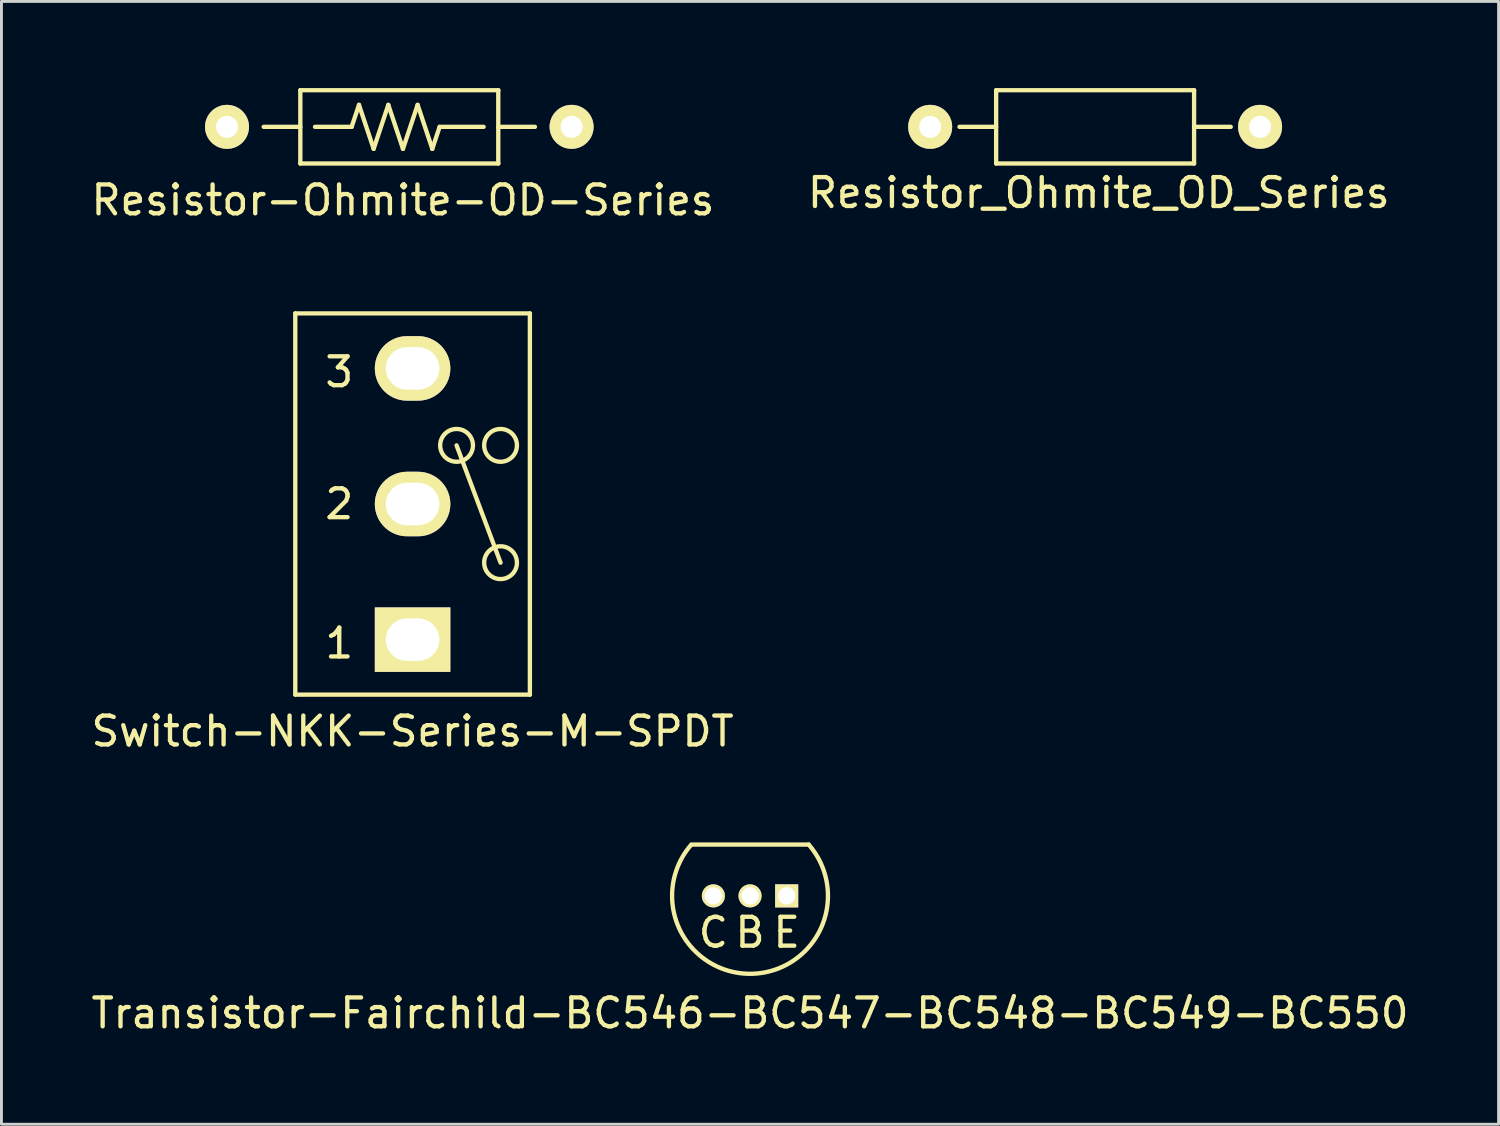
<source format=kicad_pcb>
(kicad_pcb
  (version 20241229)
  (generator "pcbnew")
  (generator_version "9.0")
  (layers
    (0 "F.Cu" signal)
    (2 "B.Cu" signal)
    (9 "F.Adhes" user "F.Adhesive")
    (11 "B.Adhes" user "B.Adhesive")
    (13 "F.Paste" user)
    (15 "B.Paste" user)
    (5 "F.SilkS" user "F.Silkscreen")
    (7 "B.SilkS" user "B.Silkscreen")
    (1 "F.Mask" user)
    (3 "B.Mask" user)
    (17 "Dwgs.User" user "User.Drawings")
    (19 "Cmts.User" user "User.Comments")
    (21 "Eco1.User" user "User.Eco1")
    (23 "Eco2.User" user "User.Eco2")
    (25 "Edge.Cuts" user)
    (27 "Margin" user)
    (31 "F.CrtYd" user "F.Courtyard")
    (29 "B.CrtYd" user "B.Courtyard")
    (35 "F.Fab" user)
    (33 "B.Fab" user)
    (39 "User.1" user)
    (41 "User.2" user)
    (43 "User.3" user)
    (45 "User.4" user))
  (footprint "Resistor_Ohmite_OD_Series"
    (layer "F.Cu")
    (at 35.018 1.345)
    (property "Reference" "Resistor_Ohmite_OD_Series" (at 0 2.286 0) (layer "F.SilkS") (effects (font (size 1 1) (thickness 0.15))))
    (attr through_hole)
    (fp_line (start -4.826 0) (end -3.556 0) (stroke (width 0.15) (type solid)) (layer "F.SilkS"))
    (fp_line (start -3.556 -1.27) (end -3.556 1.27) (stroke (width 0.15) (type solid)) (layer "F.SilkS"))
    (fp_line (start -3.556 1.27) (end 3.302 1.27) (stroke (width 0.15) (type solid)) (layer "F.SilkS"))
    (fp_line (start 3.302 -1.27) (end -3.556 -1.27) (stroke (width 0.15) (type solid)) (layer "F.SilkS"))
    (fp_line (start 3.302 -1.27) (end 3.302 1.27) (stroke (width 0.15) (type solid)) (layer "F.SilkS"))
    (fp_line (start 3.302 0) (end 4.572 0) (stroke (width 0.15) (type solid)) (layer "F.SilkS"))
    (pad "1" thru_hole circle (at -5.842 0) (size 1.524 1.524) (drill 0.762) (layers "*.Cu" "*.Mask" "F.SilkS"))
    (pad "2" thru_hole circle (at 5.588 0) (size 1.524 1.524) (drill 0.762) (layers "*.Cu" "*.Mask" "F.SilkS")))
  (footprint "Transistor-Fairchild-BC546-BC547-BC548-BC549-BC550"
    (layer "F.Cu")
    (at 22.935 27.988)
    (property "Reference" "Transistor-Fairchild-BC546-BC547-BC548-BC549-BC550" (at 0 4.064 0) (layer "F.SilkS") (effects (font (size 1 1) (thickness 0.15))))
    (attr through_hole)
    (fp_line (start -2.032 -1.778) (end 2.032 -1.778) (stroke (width 0.15) (type solid)) (layer "F.SilkS"))
    (fp_arc (start 2.032 -1.778) (mid 0.008762 2.700043) (end -2.043496 -1.764775) (stroke (width 0.15) (type solid)) (layer "F.SilkS"))
    (fp_text user "B" (at 0 1.27 0) (layer "F.SilkS") (effects (font (size 1 1) (thickness 0.15))))
    (fp_text user "C" (at -1.27 1.27 0) (layer "F.SilkS") (effects (font (size 1 1) (thickness 0.15))))
    (fp_text user "E" (at 1.27 1.27 0) (layer "F.SilkS") (effects (font (size 1 1) (thickness 0.15))))
    (pad "1" thru_hole circle (at 0 0) (size 0.8 0.8) (drill 0.6) (layers "*.Cu" "*.Mask" "F.SilkS"))
    (pad "2" thru_hole rect (at 1.27 0) (size 0.8 0.8) (drill 0.6) (layers "*.Cu" "*.Mask" "F.SilkS"))
    (pad "3" thru_hole circle (at -1.27 0) (size 0.8 0.8) (drill 0.6) (layers "*.Cu" "*.Mask" "F.SilkS")))
  (footprint "Switch-NKK-Series-M-SPDT"
    (layer "F.Cu")
    (at 11.244 14.412)
    (property "Reference" "Switch-NKK-Series-M-SPDT" (at 0 7.874 0) (layer "F.SilkS") (effects (font (size 1 1) (thickness 0.15))))
    (attr through_hole)
    (fp_line (start -4.064 -6.604) (end -4.064 6.604) (stroke (width 0.15) (type solid)) (layer "F.SilkS"))
    (fp_line (start -4.064 -6.604) (end 4.064 -6.604) (stroke (width 0.15) (type solid)) (layer "F.SilkS"))
    (fp_line (start -4.064 6.604) (end 4.064 6.604) (stroke (width 0.15) (type solid)) (layer "F.SilkS"))
    (fp_line (start 3.048 2.032) (end 1.524 -2.032) (stroke (width 0.15) (type solid)) (layer "F.SilkS"))
    (fp_line (start 4.064 6.604) (end 4.064 -6.604) (stroke (width 0.15) (type solid)) (layer "F.SilkS"))
    (fp_circle (center 1.524 -2.032) (end 1.778 -2.54) (stroke (width 0.15) (type solid)) (fill no) (layer "F.SilkS"))
    (fp_circle (center 3.048 -2.032) (end 3.302 -2.54) (stroke (width 0.15) (type solid)) (fill no) (layer "F.SilkS"))
    (fp_circle (center 3.048 2.032) (end 3.302 1.524) (stroke (width 0.15) (type solid)) (fill no) (layer "F.SilkS"))
    (fp_text user "2" (at -2.54 0 0) (layer "F.SilkS") (effects (font (size 1 1) (thickness 0.15))))
    (fp_text user "3" (at -2.54 -4.572 0) (layer "F.SilkS") (effects (font (size 1 1) (thickness 0.15))))
    (fp_text user "1" (at -2.54 4.826 0) (layer "F.SilkS") (effects (font (size 1 1) (thickness 0.15))))
    (pad "1" thru_hole oval (at 0 0) (size 2.616 2.235) (drill oval 1.854 1.473) (layers "*.Cu" "*.Mask" "F.SilkS"))
    (pad "2" thru_hole oval (at 0 -4.699) (size 2.616 2.235) (drill oval 1.854 1.473) (layers "*.Cu" "*.Mask" "F.SilkS"))
    (pad "3" thru_hole rect (at 0 4.699) (size 2.616 2.235) (drill oval 1.854 1.473) (layers "*.Cu" "*.Mask" "F.SilkS")))
  (footprint "Resistor-Ohmite-OD-Series"
    (layer "F.Cu")
    (at 10.911 1.345)
    (property "Reference" "Resistor-Ohmite-OD-Series" (at 0 2.54 0) (layer "F.SilkS") (effects (font (size 1 1) (thickness 0.15))))
    (attr through_hole)
    (fp_line (start -4.826 0) (end -3.556 0) (stroke (width 0.15) (type solid)) (layer "F.SilkS"))
    (fp_line (start -3.556 -1.27) (end -3.556 1.27) (stroke (width 0.15) (type solid)) (layer "F.SilkS"))
    (fp_line (start -3.556 1.27) (end 3.302 1.27) (stroke (width 0.15) (type solid)) (layer "F.SilkS"))
    (fp_line (start -3.048 0) (end -1.778 0) (stroke (width 0.15) (type solid)) (layer "F.SilkS"))
    (fp_line (start -1.778 0) (end -1.524 -0.762) (stroke (width 0.15) (type solid)) (layer "F.SilkS"))
    (fp_line (start -1.524 -0.762) (end -1.016 0.762) (stroke (width 0.15) (type solid)) (layer "F.SilkS"))
    (fp_line (start -1.016 0.762) (end -0.508 -0.762) (stroke (width 0.15) (type solid)) (layer "F.SilkS"))
    (fp_line (start -0.508 -0.762) (end 0 0.762) (stroke (width 0.15) (type solid)) (layer "F.SilkS"))
    (fp_line (start 0 0.762) (end 0.508 -0.762) (stroke (width 0.15) (type solid)) (layer "F.SilkS"))
    (fp_line (start 0.508 -0.762) (end 1.016 0.762) (stroke (width 0.15) (type solid)) (layer "F.SilkS"))
    (fp_line (start 1.016 0.762) (end 1.27 0) (stroke (width 0.15) (type solid)) (layer "F.SilkS"))
    (fp_line (start 1.27 0) (end 2.794 0) (stroke (width 0.15) (type solid)) (layer "F.SilkS"))
    (fp_line (start 3.302 -1.27) (end -3.556 -1.27) (stroke (width 0.15) (type solid)) (layer "F.SilkS"))
    (fp_line (start 3.302 -1.27) (end 3.302 1.27) (stroke (width 0.15) (type solid)) (layer "F.SilkS"))
    (fp_line (start 3.302 0) (end 4.572 0) (stroke (width 0.15) (type solid)) (layer "F.SilkS"))
    (pad "1" thru_hole circle (at -6.096 0) (size 1.524 1.524) (drill 0.762) (layers "*.Cu" "*.Mask" "F.SilkS"))
    (pad "2" thru_hole circle (at 5.842 0) (size 1.524 1.524) (drill 0.762) (layers "*.Cu" "*.Mask" "F.SilkS")))
  (gr_rect
    (start -3 -3)
    (end 48.869 35.9)
    (stroke (width 0.1) (type default))
    (fill no)
    (layer "Edge.Cuts")))
</source>
